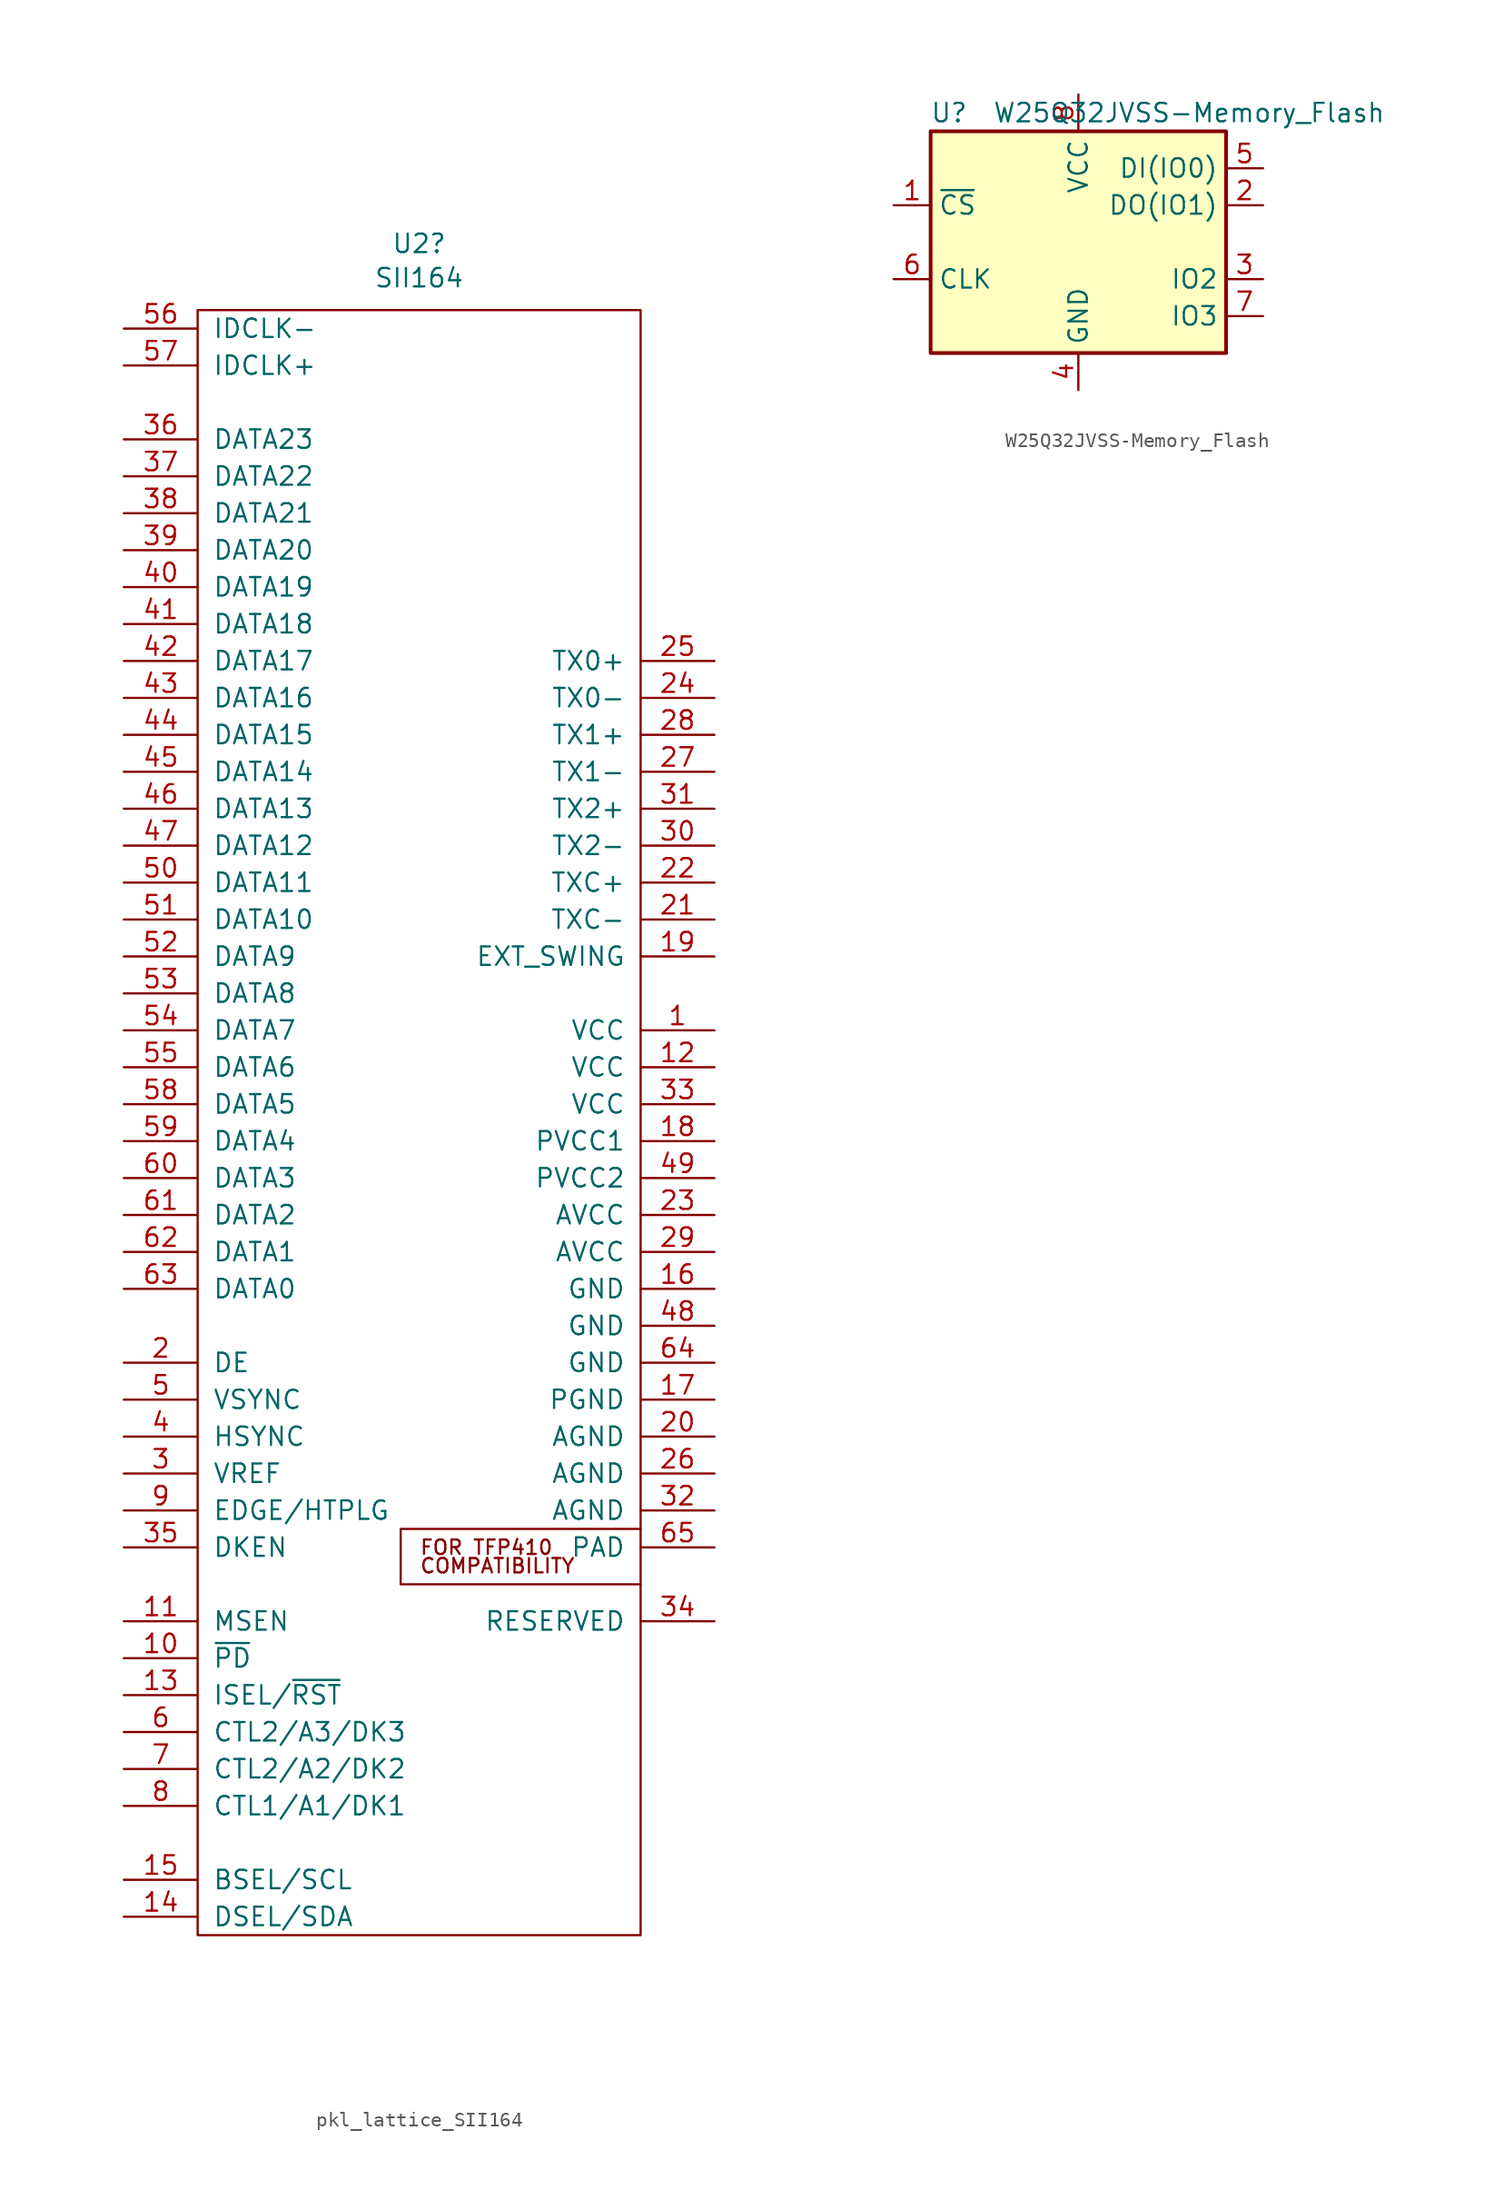
<source format=kicad_sym>
(kicad_symbol_lib
  (version 20220914)
  (generator kicad_symbol_editor)
  (symbol "pkl_lattice_SII164"
    (pin_names
      (offset 1.016))
    (property "Reference" "U2"
      (at 0 59.182 0)
      (effects (font (size 1.27 1.27))))
    (property "Value" "SII164"
      (at 0 56.82 0)
      (effects (font (size 1.27 1.27))))
    (symbol "pkl_lattice_SII164_0_0"
      (polyline (pts (xy 15.24 -29.21) (xy 0 -29.21) (xy -1.27 -29.21) (xy -1.27 -33.02) (xy 15.24 -33.02)) (stroke (width 0) (type solid)) (fill (type none)))
      (text "COMPATIBILITY" (at 0 -31.75 0) (effects (font (size 0.991 0.991)) (justify left)))
      (text "FOR TFP410 " (at 0 -30.48 0) (effects (font (size 0.991 0.991)) (justify left))))
    (symbol "pkl_lattice_SII164_0_1"
      (rectangle (start -15.24 54.61) (end 15.24 -57.15) (stroke (width 0) (type solid)) (fill (type none))))
    (symbol "pkl_lattice_SII164_1_1"
      (pin power_in line (at 20.32 5.08 180) (length 5.08) (name "VCC" (effects (font (size 1.27 1.27)))) (number "1" (effects (font (size 1.27 1.27)))))
      (pin input line (at -20.32 -38.1 0) (length 5.08) (name "~{PD}" (effects (font (size 1.27 1.27)))) (number "10" (effects (font (size 1.27 1.27)))))
      (pin output line (at -20.32 -35.56 0) (length 5.08) (name "MSEN" (effects (font (size 1.27 1.27)))) (number "11" (effects (font (size 1.27 1.27)))))
      (pin power_in line (at 20.32 2.54 180) (length 5.08) (name "VCC" (effects (font (size 1.27 1.27)))) (number "12" (effects (font (size 1.27 1.27)))))
      (pin input line (at -20.32 -40.64 0) (length 5.08) (name "ISEL/~{RST}" (effects (font (size 1.27 1.27)))) (number "13" (effects (font (size 1.27 1.27)))))
      (pin input line (at -20.32 -55.88 0) (length 5.08) (name "DSEL/SDA" (effects (font (size 1.27 1.27)))) (number "14" (effects (font (size 1.27 1.27)))))
      (pin input line (at -20.32 -53.34 0) (length 5.08) (name "BSEL/SCL" (effects (font (size 1.27 1.27)))) (number "15" (effects (font (size 1.27 1.27)))))
      (pin power_in line (at 20.32 -12.7 180) (length 5.08) (name "GND" (effects (font (size 1.27 1.27)))) (number "16" (effects (font (size 1.27 1.27)))))
      (pin power_in line (at 20.32 -20.32 180) (length 5.08) (name "PGND" (effects (font (size 1.27 1.27)))) (number "17" (effects (font (size 1.27 1.27)))))
      (pin power_in line (at 20.32 -2.54 180) (length 5.08) (name "PVCC1" (effects (font (size 1.27 1.27)))) (number "18" (effects (font (size 1.27 1.27)))))
      (pin input line (at 20.32 10.16 180) (length 5.08) (name "EXT_SWING" (effects (font (size 1.27 1.27)))) (number "19" (effects (font (size 1.27 1.27)))))
      (pin input line (at -20.32 -17.78 0) (length 5.08) (name "DE" (effects (font (size 1.27 1.27)))) (number "2" (effects (font (size 1.27 1.27)))))
      (pin power_in line (at 20.32 -22.86 180) (length 5.08) (name "AGND" (effects (font (size 1.27 1.27)))) (number "20" (effects (font (size 1.27 1.27)))))
      (pin output line (at 20.32 12.7 180) (length 5.08) (name "TXC-" (effects (font (size 1.27 1.27)))) (number "21" (effects (font (size 1.27 1.27)))))
      (pin output line (at 20.32 15.24 180) (length 5.08) (name "TXC+" (effects (font (size 1.27 1.27)))) (number "22" (effects (font (size 1.27 1.27)))))
      (pin power_in line (at 20.32 -7.62 180) (length 5.08) (name "AVCC" (effects (font (size 1.27 1.27)))) (number "23" (effects (font (size 1.27 1.27)))))
      (pin output line (at 20.32 27.94 180) (length 5.08) (name "TX0-" (effects (font (size 1.27 1.27)))) (number "24" (effects (font (size 1.27 1.27)))))
      (pin output line (at 20.32 30.48 180) (length 5.08) (name "TX0+" (effects (font (size 1.27 1.27)))) (number "25" (effects (font (size 1.27 1.27)))))
      (pin power_in line (at 20.32 -25.4 180) (length 5.08) (name "AGND" (effects (font (size 1.27 1.27)))) (number "26" (effects (font (size 1.27 1.27)))))
      (pin output line (at 20.32 22.86 180) (length 5.08) (name "TX1-" (effects (font (size 1.27 1.27)))) (number "27" (effects (font (size 1.27 1.27)))))
      (pin output line (at 20.32 25.4 180) (length 5.08) (name "TX1+" (effects (font (size 1.27 1.27)))) (number "28" (effects (font (size 1.27 1.27)))))
      (pin power_in line (at 20.32 -10.16 180) (length 5.08) (name "AVCC" (effects (font (size 1.27 1.27)))) (number "29" (effects (font (size 1.27 1.27)))))
      (pin input line (at -20.32 -25.4 0) (length 5.08) (name "VREF" (effects (font (size 1.27 1.27)))) (number "3" (effects (font (size 1.27 1.27)))))
      (pin output line (at 20.32 17.78 180) (length 5.08) (name "TX2-" (effects (font (size 1.27 1.27)))) (number "30" (effects (font (size 1.27 1.27)))))
      (pin output line (at 20.32 20.32 180) (length 5.08) (name "TX2+" (effects (font (size 1.27 1.27)))) (number "31" (effects (font (size 1.27 1.27)))))
      (pin power_in line (at 20.32 -27.94 180) (length 5.08) (name "AGND" (effects (font (size 1.27 1.27)))) (number "32" (effects (font (size 1.27 1.27)))))
      (pin power_in line (at 20.32 0 180) (length 5.08) (name "VCC" (effects (font (size 1.27 1.27)))) (number "33" (effects (font (size 1.27 1.27)))))
      (pin input line (at 20.32 -35.56 180) (length 5.08) (name "RESERVED" (effects (font (size 1.27 1.27)))) (number "34" (effects (font (size 1.27 1.27)))))
      (pin input line (at -20.32 -30.48 0) (length 5.08) (name "DKEN" (effects (font (size 1.27 1.27)))) (number "35" (effects (font (size 1.27 1.27)))))
      (pin input line (at -20.32 45.72 0) (length 5.08) (name "DATA23" (effects (font (size 1.27 1.27)))) (number "36" (effects (font (size 1.27 1.27)))))
      (pin input line (at -20.32 43.18 0) (length 5.08) (name "DATA22" (effects (font (size 1.27 1.27)))) (number "37" (effects (font (size 1.27 1.27)))))
      (pin input line (at -20.32 40.64 0) (length 5.08) (name "DATA21" (effects (font (size 1.27 1.27)))) (number "38" (effects (font (size 1.27 1.27)))))
      (pin input line (at -20.32 38.1 0) (length 5.08) (name "DATA20" (effects (font (size 1.27 1.27)))) (number "39" (effects (font (size 1.27 1.27)))))
      (pin input line (at -20.32 -22.86 0) (length 5.08) (name "HSYNC" (effects (font (size 1.27 1.27)))) (number "4" (effects (font (size 1.27 1.27)))))
      (pin input line (at -20.32 35.56 0) (length 5.08) (name "DATA19" (effects (font (size 1.27 1.27)))) (number "40" (effects (font (size 1.27 1.27)))))
      (pin input line (at -20.32 33.02 0) (length 5.08) (name "DATA18" (effects (font (size 1.27 1.27)))) (number "41" (effects (font (size 1.27 1.27)))))
      (pin input line (at -20.32 30.48 0) (length 5.08) (name "DATA17" (effects (font (size 1.27 1.27)))) (number "42" (effects (font (size 1.27 1.27)))))
      (pin input line (at -20.32 27.94 0) (length 5.08) (name "DATA16" (effects (font (size 1.27 1.27)))) (number "43" (effects (font (size 1.27 1.27)))))
      (pin input line (at -20.32 25.4 0) (length 5.08) (name "DATA15" (effects (font (size 1.27 1.27)))) (number "44" (effects (font (size 1.27 1.27)))))
      (pin input line (at -20.32 22.86 0) (length 5.08) (name "DATA14" (effects (font (size 1.27 1.27)))) (number "45" (effects (font (size 1.27 1.27)))))
      (pin input line (at -20.32 20.32 0) (length 5.08) (name "DATA13" (effects (font (size 1.27 1.27)))) (number "46" (effects (font (size 1.27 1.27)))))
      (pin input line (at -20.32 17.78 0) (length 5.08) (name "DATA12" (effects (font (size 1.27 1.27)))) (number "47" (effects (font (size 1.27 1.27)))))
      (pin power_in line (at 20.32 -15.24 180) (length 5.08) (name "GND" (effects (font (size 1.27 1.27)))) (number "48" (effects (font (size 1.27 1.27)))))
      (pin power_in line (at 20.32 -5.08 180) (length 5.08) (name "PVCC2" (effects (font (size 1.27 1.27)))) (number "49" (effects (font (size 1.27 1.27)))))
      (pin input line (at -20.32 -20.32 0) (length 5.08) (name "VSYNC" (effects (font (size 1.27 1.27)))) (number "5" (effects (font (size 1.27 1.27)))))
      (pin input line (at -20.32 15.24 0) (length 5.08) (name "DATA11" (effects (font (size 1.27 1.27)))) (number "50" (effects (font (size 1.27 1.27)))))
      (pin input line (at -20.32 12.7 0) (length 5.08) (name "DATA10" (effects (font (size 1.27 1.27)))) (number "51" (effects (font (size 1.27 1.27)))))
      (pin input line (at -20.32 10.16 0) (length 5.08) (name "DATA9" (effects (font (size 1.27 1.27)))) (number "52" (effects (font (size 1.27 1.27)))))
      (pin input line (at -20.32 7.62 0) (length 5.08) (name "DATA8" (effects (font (size 1.27 1.27)))) (number "53" (effects (font (size 1.27 1.27)))))
      (pin input line (at -20.32 5.08 0) (length 5.08) (name "DATA7" (effects (font (size 1.27 1.27)))) (number "54" (effects (font (size 1.27 1.27)))))
      (pin input line (at -20.32 2.54 0) (length 5.08) (name "DATA6" (effects (font (size 1.27 1.27)))) (number "55" (effects (font (size 1.27 1.27)))))
      (pin input line (at -20.32 53.34 0) (length 5.08) (name "IDCLK-" (effects (font (size 1.27 1.27)))) (number "56" (effects (font (size 1.27 1.27)))))
      (pin input line (at -20.32 50.8 0) (length 5.08) (name "IDCLK+" (effects (font (size 1.27 1.27)))) (number "57" (effects (font (size 1.27 1.27)))))
      (pin input line (at -20.32 0 0) (length 5.08) (name "DATA5" (effects (font (size 1.27 1.27)))) (number "58" (effects (font (size 1.27 1.27)))))
      (pin input line (at -20.32 -2.54 0) (length 5.08) (name "DATA4" (effects (font (size 1.27 1.27)))) (number "59" (effects (font (size 1.27 1.27)))))
      (pin input line (at -20.32 -43.18 0) (length 5.08) (name "CTL2/A3/DK3" (effects (font (size 1.27 1.27)))) (number "6" (effects (font (size 1.27 1.27)))))
      (pin input line (at -20.32 -5.08 0) (length 5.08) (name "DATA3" (effects (font (size 1.27 1.27)))) (number "60" (effects (font (size 1.27 1.27)))))
      (pin input line (at -20.32 -7.62 0) (length 5.08) (name "DATA2" (effects (font (size 1.27 1.27)))) (number "61" (effects (font (size 1.27 1.27)))))
      (pin input line (at -20.32 -10.16 0) (length 5.08) (name "DATA1" (effects (font (size 1.27 1.27)))) (number "62" (effects (font (size 1.27 1.27)))))
      (pin input line (at -20.32 -12.7 0) (length 5.08) (name "DATA0" (effects (font (size 1.27 1.27)))) (number "63" (effects (font (size 1.27 1.27)))))
      (pin power_in line (at 20.32 -17.78 180) (length 5.08) (name "GND" (effects (font (size 1.27 1.27)))) (number "64" (effects (font (size 1.27 1.27)))))
      (pin power_in line (at 20.32 -30.48 180) (length 5.08) (name "PAD" (effects (font (size 1.27 1.27)))) (number "65" (effects (font (size 1.27 1.27)))))
      (pin input line (at -20.32 -45.72 0) (length 5.08) (name "CTL2/A2/DK2" (effects (font (size 1.27 1.27)))) (number "7" (effects (font (size 1.27 1.27)))))
      (pin input line (at -20.32 -48.26 0) (length 5.08) (name "CTL1/A1/DK1" (effects (font (size 1.27 1.27)))) (number "8" (effects (font (size 1.27 1.27)))))
      (pin input line (at -20.32 -27.94 0) (length 5.08) (name "EDGE/HTPLG" (effects (font (size 1.27 1.27)))) (number "9" (effects (font (size 1.27 1.27)))))))
  (symbol "W25Q32JVSS-Memory_Flash"
    (property "Reference" "U"
      (at -8.89 8.89 0)
      (effects (font (size 1.27 1.27))))
    (property "Value" "W25Q32JVSS-Memory_Flash"
      (at 7.62 8.89 0)
      (effects (font (size 1.27 1.27))))
    (symbol "W25Q32JVSS-Memory_Flash_0_1"
      (rectangle (start -10.16 7.62) (end 10.16 -7.62) (stroke (width 0.254) (type solid)) (fill (type background))))
    (symbol "W25Q32JVSS-Memory_Flash_1_1"
      (pin input line (at -12.7 2.54 0) (length 2.54) (name "~{CS}" (effects (font (size 1.27 1.27)))) (number "1" (effects (font (size 1.27 1.27)))))
      (pin bidirectional line (at 12.7 2.54 180) (length 2.54) (name "DO(IO1)" (effects (font (size 1.27 1.27)))) (number "2" (effects (font (size 1.27 1.27)))))
      (pin bidirectional line (at 12.7 -2.54 180) (length 2.54) (name "IO2" (effects (font (size 1.27 1.27)))) (number "3" (effects (font (size 1.27 1.27)))))
      (pin power_in line (at 0 -10.16 90) (length 2.54) (name "GND" (effects (font (size 1.27 1.27)))) (number "4" (effects (font (size 1.27 1.27)))))
      (pin bidirectional line (at 12.7 5.08 180) (length 2.54) (name "DI(IO0)" (effects (font (size 1.27 1.27)))) (number "5" (effects (font (size 1.27 1.27)))))
      (pin input line (at -12.7 -2.54 0) (length 2.54) (name "CLK" (effects (font (size 1.27 1.27)))) (number "6" (effects (font (size 1.27 1.27)))))
      (pin bidirectional line (at 12.7 -5.08 180) (length 2.54) (name "IO3" (effects (font (size 1.27 1.27)))) (number "7" (effects (font (size 1.27 1.27)))))
      (pin power_in line (at 0 10.16 270) (length 2.54) (name "VCC" (effects (font (size 1.27 1.27)))) (number "8" (effects (font (size 1.27 1.27))))))))
</source>
